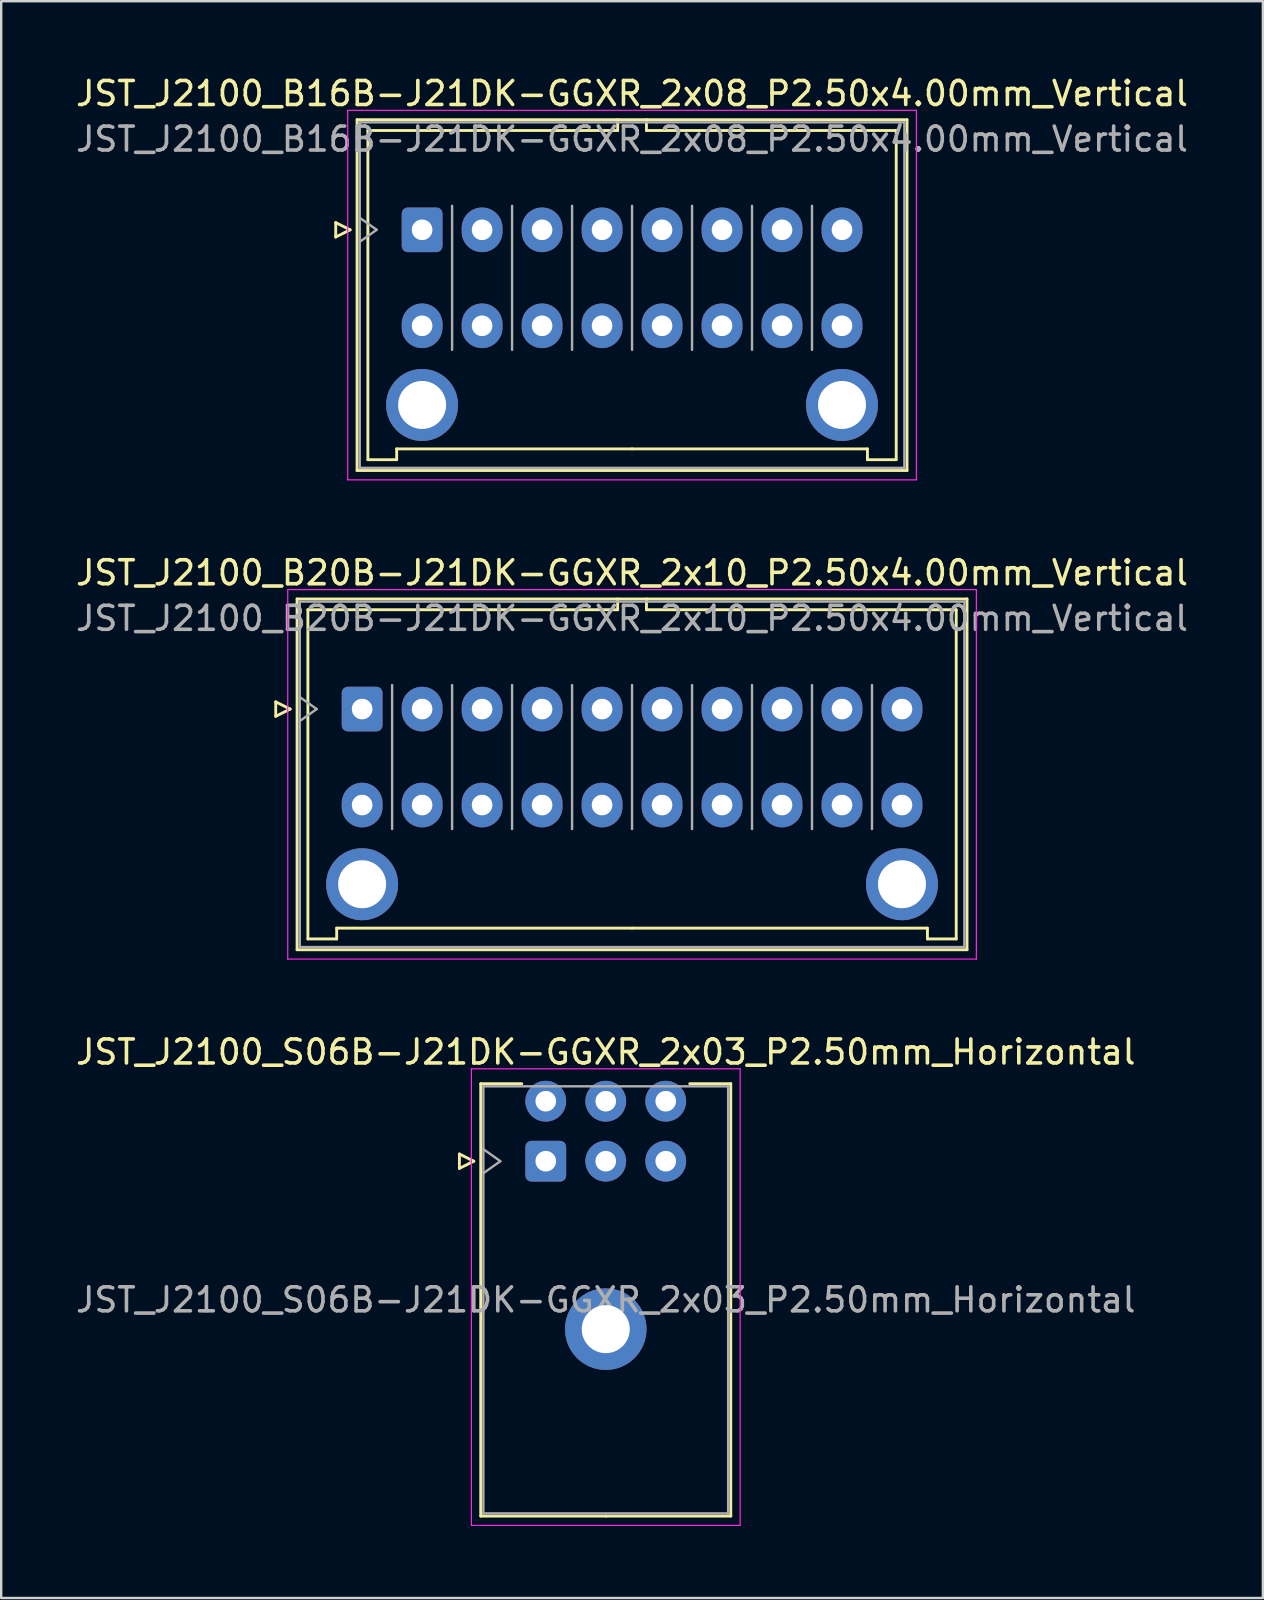
<source format=kicad_pcb>
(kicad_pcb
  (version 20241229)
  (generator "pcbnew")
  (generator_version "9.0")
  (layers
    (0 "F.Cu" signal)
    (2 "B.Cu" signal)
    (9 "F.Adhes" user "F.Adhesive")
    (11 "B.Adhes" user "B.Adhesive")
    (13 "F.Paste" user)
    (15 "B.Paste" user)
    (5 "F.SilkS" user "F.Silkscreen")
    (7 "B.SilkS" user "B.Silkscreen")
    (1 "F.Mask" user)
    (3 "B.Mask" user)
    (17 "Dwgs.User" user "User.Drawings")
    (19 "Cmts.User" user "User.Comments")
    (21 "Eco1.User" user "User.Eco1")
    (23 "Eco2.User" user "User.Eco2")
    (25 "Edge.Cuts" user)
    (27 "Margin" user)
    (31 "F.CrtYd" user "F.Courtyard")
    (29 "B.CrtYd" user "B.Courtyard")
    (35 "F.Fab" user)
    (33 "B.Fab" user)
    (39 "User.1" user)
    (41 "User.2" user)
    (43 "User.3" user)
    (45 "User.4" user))
  (footprint "JST_J2100_B20B-J21DK-GGXR_2x10_P2.50x4.00mm_Vertical"
    (layer "F.Cu")
    (at 12.042 26.502)
    (property "Reference" "JST_J2100_B20B-J21DK-GGXR_2x10_P2.50x4.00mm_Vertical" (at 11.25 -5.68 0) (layer "F.SilkS") (effects (font (size 1 1) (thickness 0.15))))
    (attr through_hole)
    (fp_line (start -3.6 -0.3) (end -3 0) (stroke (width 0.12) (type solid)) (layer "F.SilkS"))
    (fp_line (start -3.6 0.3) (end -3.6 -0.3) (stroke (width 0.12) (type solid)) (layer "F.SilkS"))
    (fp_line (start -3 0) (end -3.6 0.3) (stroke (width 0.12) (type solid)) (layer "F.SilkS"))
    (fp_line (start -2.71 -4.59) (end -2.71 10.03) (stroke (width 0.12) (type solid)) (layer "F.SilkS"))
    (fp_line (start -2.71 10.03) (end 25.21 10.03) (stroke (width 0.12) (type solid)) (layer "F.SilkS"))
    (fp_line (start -2.26 -4.14) (end -2.26 9.58) (stroke (width 0.12) (type solid)) (layer "F.SilkS"))
    (fp_line (start -2.26 9.58) (end -1.06 9.58) (stroke (width 0.12) (type solid)) (layer "F.SilkS"))
    (fp_line (start -1.06 9.13) (end 11.25 9.13) (stroke (width 0.12) (type solid)) (layer "F.SilkS"))
    (fp_line (start -1.06 9.58) (end -1.06 9.13) (stroke (width 0.12) (type solid)) (layer "F.SilkS"))
    (fp_line (start 10.65 -4.59) (end 10.65 -4.14) (stroke (width 0.12) (type solid)) (layer "F.SilkS"))
    (fp_line (start 10.65 -4.14) (end -2.26 -4.14) (stroke (width 0.12) (type solid)) (layer "F.SilkS"))
    (fp_line (start 11.85 -4.59) (end 11.85 -4.14) (stroke (width 0.12) (type solid)) (layer "F.SilkS"))
    (fp_line (start 11.85 -4.14) (end 24.76 -4.14) (stroke (width 0.12) (type solid)) (layer "F.SilkS"))
    (fp_line (start 23.56 9.13) (end 11.25 9.13) (stroke (width 0.12) (type solid)) (layer "F.SilkS"))
    (fp_line (start 23.56 9.58) (end 23.56 9.13) (stroke (width 0.12) (type solid)) (layer "F.SilkS"))
    (fp_line (start 24.76 -4.14) (end 24.76 9.58) (stroke (width 0.12) (type solid)) (layer "F.SilkS"))
    (fp_line (start 24.76 9.58) (end 23.56 9.58) (stroke (width 0.12) (type solid)) (layer "F.SilkS"))
    (fp_line (start 25.21 -4.59) (end -2.71 -4.59) (stroke (width 0.12) (type solid)) (layer "F.SilkS"))
    (fp_line (start 25.21 10.03) (end 25.21 -4.59) (stroke (width 0.12) (type solid)) (layer "F.SilkS"))
    (fp_line (start -3.1 -4.98) (end -3.1 10.42) (stroke (width 0.05) (type solid)) (layer "F.CrtYd"))
    (fp_line (start -3.1 10.42) (end 25.6 10.42) (stroke (width 0.05) (type solid)) (layer "F.CrtYd"))
    (fp_line (start 25.6 -4.98) (end -3.1 -4.98) (stroke (width 0.05) (type solid)) (layer "F.CrtYd"))
    (fp_line (start 25.6 10.42) (end 25.6 -4.98) (stroke (width 0.05) (type solid)) (layer "F.CrtYd"))
    (fp_line (start -2.6 -4.48) (end -2.6 9.92) (stroke (width 0.1) (type solid)) (layer "F.Fab"))
    (fp_line (start -2.6 0.5) (end -1.893 0) (stroke (width 0.1) (type solid)) (layer "F.Fab"))
    (fp_line (start -2.6 9.92) (end 25.1 9.92) (stroke (width 0.1) (type solid)) (layer "F.Fab"))
    (fp_line (start -1.893 0) (end -2.6 -0.5) (stroke (width 0.1) (type solid)) (layer "F.Fab"))
    (fp_line (start 1.25 5) (end 1.25 -1) (stroke (width 0.1) (type solid)) (layer "F.Fab"))
    (fp_line (start 3.75 5) (end 3.75 -1) (stroke (width 0.1) (type solid)) (layer "F.Fab"))
    (fp_line (start 6.25 5) (end 6.25 -1) (stroke (width 0.1) (type solid)) (layer "F.Fab"))
    (fp_line (start 8.75 5) (end 8.75 -1) (stroke (width 0.1) (type solid)) (layer "F.Fab"))
    (fp_line (start 11.25 5) (end 11.25 -1) (stroke (width 0.1) (type solid)) (layer "F.Fab"))
    (fp_line (start 13.75 5) (end 13.75 -1) (stroke (width 0.1) (type solid)) (layer "F.Fab"))
    (fp_line (start 16.25 5) (end 16.25 -1) (stroke (width 0.1) (type solid)) (layer "F.Fab"))
    (fp_line (start 18.75 5) (end 18.75 -1) (stroke (width 0.1) (type solid)) (layer "F.Fab"))
    (fp_line (start 21.25 5) (end 21.25 -1) (stroke (width 0.1) (type solid)) (layer "F.Fab"))
    (fp_line (start 25.1 -4.48) (end -2.6 -4.48) (stroke (width 0.1) (type solid)) (layer "F.Fab"))
    (fp_line (start 25.1 9.92) (end 25.1 -4.48) (stroke (width 0.1) (type solid)) (layer "F.Fab"))
    (fp_text user "${REFERENCE}" (at 11.25 -3.78 0) (layer "F.Fab") (effects (font (size 1 1) (thickness 0.15))))
    (pad "" thru_hole circle (at 0 7.3) (size 3 3) (drill 2) (layers "*.Cu" "*.Mask"))
    (pad "" thru_hole circle (at 22.5 7.3) (size 3 3) (drill 2) (layers "*.Cu" "*.Mask"))
    (pad "1" thru_hole roundrect (at 0 0) (size 1.7 1.86) (drill 0.86) (layers "*.Cu" "*.Mask") (roundrect_rratio 0.147))
    (pad "2" thru_hole oval (at 2.5 0) (size 1.7 1.86) (drill 0.86) (layers "*.Cu" "*.Mask"))
    (pad "3" thru_hole oval (at 5 0) (size 1.7 1.86) (drill 0.86) (layers "*.Cu" "*.Mask"))
    (pad "4" thru_hole oval (at 7.5 0) (size 1.7 1.86) (drill 0.86) (layers "*.Cu" "*.Mask"))
    (pad "5" thru_hole oval (at 10 0) (size 1.7 1.86) (drill 0.86) (layers "*.Cu" "*.Mask"))
    (pad "6" thru_hole oval (at 12.5 0) (size 1.7 1.86) (drill 0.86) (layers "*.Cu" "*.Mask"))
    (pad "7" thru_hole oval (at 15 0) (size 1.7 1.86) (drill 0.86) (layers "*.Cu" "*.Mask"))
    (pad "8" thru_hole oval (at 17.5 0) (size 1.7 1.86) (drill 0.86) (layers "*.Cu" "*.Mask"))
    (pad "9" thru_hole oval (at 20 0) (size 1.7 1.86) (drill 0.86) (layers "*.Cu" "*.Mask"))
    (pad "10" thru_hole oval (at 22.5 0) (size 1.7 1.86) (drill 0.86) (layers "*.Cu" "*.Mask"))
    (pad "11" thru_hole oval (at 0 4) (size 1.7 1.86) (drill 0.86) (layers "*.Cu" "*.Mask"))
    (pad "12" thru_hole oval (at 2.5 4) (size 1.7 1.86) (drill 0.86) (layers "*.Cu" "*.Mask"))
    (pad "13" thru_hole oval (at 5 4) (size 1.7 1.86) (drill 0.86) (layers "*.Cu" "*.Mask"))
    (pad "14" thru_hole oval (at 7.5 4) (size 1.7 1.86) (drill 0.86) (layers "*.Cu" "*.Mask"))
    (pad "15" thru_hole oval (at 10 4) (size 1.7 1.86) (drill 0.86) (layers "*.Cu" "*.Mask"))
    (pad "16" thru_hole oval (at 12.5 4) (size 1.7 1.86) (drill 0.86) (layers "*.Cu" "*.Mask"))
    (pad "17" thru_hole oval (at 15 4) (size 1.7 1.86) (drill 0.86) (layers "*.Cu" "*.Mask"))
    (pad "18" thru_hole oval (at 17.5 4) (size 1.7 1.86) (drill 0.86) (layers "*.Cu" "*.Mask"))
    (pad "19" thru_hole oval (at 20 4) (size 1.7 1.86) (drill 0.86) (layers "*.Cu" "*.Mask"))
    (pad "20" thru_hole oval (at 22.5 4) (size 1.7 1.86) (drill 0.86) (layers "*.Cu" "*.Mask")))
  (footprint "JST_J2100_S06B-J21DK-GGXR_2x03_P2.50mm_Horizontal"
    (layer "F.Cu")
    (at 19.696 45.345)
    (property "Reference" "JST_J2100_S06B-J21DK-GGXR_2x03_P2.50mm_Horizontal" (at 2.5 -4.55 0) (layer "F.SilkS") (effects (font (size 1 1) (thickness 0.15))))
    (attr through_hole)
    (fp_line (start -3.6 -0.3) (end -3 0) (stroke (width 0.12) (type solid)) (layer "F.SilkS"))
    (fp_line (start -3.6 0.3) (end -3.6 -0.3) (stroke (width 0.12) (type solid)) (layer "F.SilkS"))
    (fp_line (start -3 0) (end -3.6 0.3) (stroke (width 0.12) (type solid)) (layer "F.SilkS"))
    (fp_line (start -2.71 -3.23) (end -2.71 14.79) (stroke (width 0.12) (type solid)) (layer "F.SilkS"))
    (fp_line (start -2.71 14.79) (end 2.5 14.79) (stroke (width 0.12) (type solid)) (layer "F.SilkS"))
    (fp_line (start -1 -3.23) (end -2.71 -3.23) (stroke (width 0.12) (type solid)) (layer "F.SilkS"))
    (fp_line (start 6 -3.23) (end 7.71 -3.23) (stroke (width 0.12) (type solid)) (layer "F.SilkS"))
    (fp_line (start 7.71 -3.23) (end 7.71 14.79) (stroke (width 0.12) (type solid)) (layer "F.SilkS"))
    (fp_line (start 7.71 14.79) (end 2.5 14.79) (stroke (width 0.12) (type solid)) (layer "F.SilkS"))
    (fp_line (start -3.1 -3.85) (end -3.1 15.18) (stroke (width 0.05) (type solid)) (layer "F.CrtYd"))
    (fp_line (start -3.1 15.18) (end 8.1 15.18) (stroke (width 0.05) (type solid)) (layer "F.CrtYd"))
    (fp_line (start 8.1 -3.85) (end -3.1 -3.85) (stroke (width 0.05) (type solid)) (layer "F.CrtYd"))
    (fp_line (start 8.1 15.18) (end 8.1 -3.85) (stroke (width 0.05) (type solid)) (layer "F.CrtYd"))
    (fp_line (start -2.6 -3.12) (end -2.6 14.68) (stroke (width 0.1) (type solid)) (layer "F.Fab"))
    (fp_line (start -2.6 0.5) (end -1.893 0) (stroke (width 0.1) (type solid)) (layer "F.Fab"))
    (fp_line (start -2.6 14.68) (end 7.6 14.68) (stroke (width 0.1) (type solid)) (layer "F.Fab"))
    (fp_line (start -1.893 0) (end -2.6 -0.5) (stroke (width 0.1) (type solid)) (layer "F.Fab"))
    (fp_line (start 7.6 -3.12) (end -2.6 -3.12) (stroke (width 0.1) (type solid)) (layer "F.Fab"))
    (fp_line (start 7.6 14.68) (end 7.6 -3.12) (stroke (width 0.1) (type solid)) (layer "F.Fab"))
    (fp_text user "${REFERENCE}" (at 2.5 5.78 0) (layer "F.Fab") (effects (font (size 1 1) (thickness 0.15))))
    (pad "" thru_hole circle (at 2.5 7) (size 3.4 3.4) (drill 2) (layers "*.Cu" "*.Mask"))
    (pad "1" thru_hole roundrect (at 0 0) (size 1.7 1.7) (drill 0.86) (layers "*.Cu" "*.Mask") (roundrect_rratio 0.147))
    (pad "2" thru_hole circle (at 2.5 0) (size 1.7 1.7) (drill 0.86) (layers "*.Cu" "*.Mask"))
    (pad "3" thru_hole circle (at 5 0) (size 1.7 1.7) (drill 0.86) (layers "*.Cu" "*.Mask"))
    (pad "4" thru_hole circle (at 0 -2.5) (size 1.7 1.7) (drill 0.86) (layers "*.Cu" "*.Mask"))
    (pad "5" thru_hole circle (at 2.5 -2.5) (size 1.7 1.7) (drill 0.86) (layers "*.Cu" "*.Mask"))
    (pad "6" thru_hole circle (at 5 -2.5) (size 1.7 1.7) (drill 0.86) (layers "*.Cu" "*.Mask")))
  (footprint "JST_J2100_B16B-J21DK-GGXR_2x08_P2.50x4.00mm_Vertical"
    (layer "F.Cu")
    (at 14.542 6.528)
    (property "Reference" "JST_J2100_B16B-J21DK-GGXR_2x08_P2.50x4.00mm_Vertical" (at 8.75 -5.68 0) (layer "F.SilkS") (effects (font (size 1 1) (thickness 0.15))))
    (attr through_hole)
    (fp_line (start -3.6 -0.3) (end -3 0) (stroke (width 0.12) (type solid)) (layer "F.SilkS"))
    (fp_line (start -3.6 0.3) (end -3.6 -0.3) (stroke (width 0.12) (type solid)) (layer "F.SilkS"))
    (fp_line (start -3 0) (end -3.6 0.3) (stroke (width 0.12) (type solid)) (layer "F.SilkS"))
    (fp_line (start -2.71 -4.59) (end -2.71 10.03) (stroke (width 0.12) (type solid)) (layer "F.SilkS"))
    (fp_line (start -2.71 10.03) (end 20.21 10.03) (stroke (width 0.12) (type solid)) (layer "F.SilkS"))
    (fp_line (start -2.26 -4.14) (end -2.26 9.58) (stroke (width 0.12) (type solid)) (layer "F.SilkS"))
    (fp_line (start -2.26 9.58) (end -1.06 9.58) (stroke (width 0.12) (type solid)) (layer "F.SilkS"))
    (fp_line (start -1.06 9.13) (end 8.75 9.13) (stroke (width 0.12) (type solid)) (layer "F.SilkS"))
    (fp_line (start -1.06 9.58) (end -1.06 9.13) (stroke (width 0.12) (type solid)) (layer "F.SilkS"))
    (fp_line (start 8.15 -4.59) (end 8.15 -4.14) (stroke (width 0.12) (type solid)) (layer "F.SilkS"))
    (fp_line (start 8.15 -4.14) (end -2.26 -4.14) (stroke (width 0.12) (type solid)) (layer "F.SilkS"))
    (fp_line (start 9.35 -4.59) (end 9.35 -4.14) (stroke (width 0.12) (type solid)) (layer "F.SilkS"))
    (fp_line (start 9.35 -4.14) (end 19.76 -4.14) (stroke (width 0.12) (type solid)) (layer "F.SilkS"))
    (fp_line (start 18.56 9.13) (end 8.75 9.13) (stroke (width 0.12) (type solid)) (layer "F.SilkS"))
    (fp_line (start 18.56 9.58) (end 18.56 9.13) (stroke (width 0.12) (type solid)) (layer "F.SilkS"))
    (fp_line (start 19.76 -4.14) (end 19.76 9.58) (stroke (width 0.12) (type solid)) (layer "F.SilkS"))
    (fp_line (start 19.76 9.58) (end 18.56 9.58) (stroke (width 0.12) (type solid)) (layer "F.SilkS"))
    (fp_line (start 20.21 -4.59) (end -2.71 -4.59) (stroke (width 0.12) (type solid)) (layer "F.SilkS"))
    (fp_line (start 20.21 10.03) (end 20.21 -4.59) (stroke (width 0.12) (type solid)) (layer "F.SilkS"))
    (fp_line (start -3.1 -4.98) (end -3.1 10.42) (stroke (width 0.05) (type solid)) (layer "F.CrtYd"))
    (fp_line (start -3.1 10.42) (end 20.6 10.42) (stroke (width 0.05) (type solid)) (layer "F.CrtYd"))
    (fp_line (start 20.6 -4.98) (end -3.1 -4.98) (stroke (width 0.05) (type solid)) (layer "F.CrtYd"))
    (fp_line (start 20.6 10.42) (end 20.6 -4.98) (stroke (width 0.05) (type solid)) (layer "F.CrtYd"))
    (fp_line (start -2.6 -4.48) (end -2.6 9.92) (stroke (width 0.1) (type solid)) (layer "F.Fab"))
    (fp_line (start -2.6 0.5) (end -1.893 0) (stroke (width 0.1) (type solid)) (layer "F.Fab"))
    (fp_line (start -2.6 9.92) (end 20.1 9.92) (stroke (width 0.1) (type solid)) (layer "F.Fab"))
    (fp_line (start -1.893 0) (end -2.6 -0.5) (stroke (width 0.1) (type solid)) (layer "F.Fab"))
    (fp_line (start 1.25 5) (end 1.25 -1) (stroke (width 0.1) (type solid)) (layer "F.Fab"))
    (fp_line (start 3.75 5) (end 3.75 -1) (stroke (width 0.1) (type solid)) (layer "F.Fab"))
    (fp_line (start 6.25 5) (end 6.25 -1) (stroke (width 0.1) (type solid)) (layer "F.Fab"))
    (fp_line (start 8.75 5) (end 8.75 -1) (stroke (width 0.1) (type solid)) (layer "F.Fab"))
    (fp_line (start 11.25 5) (end 11.25 -1) (stroke (width 0.1) (type solid)) (layer "F.Fab"))
    (fp_line (start 13.75 5) (end 13.75 -1) (stroke (width 0.1) (type solid)) (layer "F.Fab"))
    (fp_line (start 16.25 5) (end 16.25 -1) (stroke (width 0.1) (type solid)) (layer "F.Fab"))
    (fp_line (start 20.1 -4.48) (end -2.6 -4.48) (stroke (width 0.1) (type solid)) (layer "F.Fab"))
    (fp_line (start 20.1 9.92) (end 20.1 -4.48) (stroke (width 0.1) (type solid)) (layer "F.Fab"))
    (fp_text user "${REFERENCE}" (at 8.75 -3.78 0) (layer "F.Fab") (effects (font (size 1 1) (thickness 0.15))))
    (pad "" thru_hole circle (at 0 7.3) (size 3 3) (drill 2) (layers "*.Cu" "*.Mask"))
    (pad "" thru_hole circle (at 17.5 7.3) (size 3 3) (drill 2) (layers "*.Cu" "*.Mask"))
    (pad "1" thru_hole roundrect (at 0 0) (size 1.7 1.86) (drill 0.86) (layers "*.Cu" "*.Mask") (roundrect_rratio 0.147))
    (pad "2" thru_hole oval (at 2.5 0) (size 1.7 1.86) (drill 0.86) (layers "*.Cu" "*.Mask"))
    (pad "3" thru_hole oval (at 5 0) (size 1.7 1.86) (drill 0.86) (layers "*.Cu" "*.Mask"))
    (pad "4" thru_hole oval (at 7.5 0) (size 1.7 1.86) (drill 0.86) (layers "*.Cu" "*.Mask"))
    (pad "5" thru_hole oval (at 10 0) (size 1.7 1.86) (drill 0.86) (layers "*.Cu" "*.Mask"))
    (pad "6" thru_hole oval (at 12.5 0) (size 1.7 1.86) (drill 0.86) (layers "*.Cu" "*.Mask"))
    (pad "7" thru_hole oval (at 15 0) (size 1.7 1.86) (drill 0.86) (layers "*.Cu" "*.Mask"))
    (pad "8" thru_hole oval (at 17.5 0) (size 1.7 1.86) (drill 0.86) (layers "*.Cu" "*.Mask"))
    (pad "9" thru_hole oval (at 0 4) (size 1.7 1.86) (drill 0.86) (layers "*.Cu" "*.Mask"))
    (pad "10" thru_hole oval (at 2.5 4) (size 1.7 1.86) (drill 0.86) (layers "*.Cu" "*.Mask"))
    (pad "11" thru_hole oval (at 5 4) (size 1.7 1.86) (drill 0.86) (layers "*.Cu" "*.Mask"))
    (pad "12" thru_hole oval (at 7.5 4) (size 1.7 1.86) (drill 0.86) (layers "*.Cu" "*.Mask"))
    (pad "13" thru_hole oval (at 10 4) (size 1.7 1.86) (drill 0.86) (layers "*.Cu" "*.Mask"))
    (pad "14" thru_hole oval (at 12.5 4) (size 1.7 1.86) (drill 0.86) (layers "*.Cu" "*.Mask"))
    (pad "15" thru_hole oval (at 15 4) (size 1.7 1.86) (drill 0.86) (layers "*.Cu" "*.Mask"))
    (pad "16" thru_hole oval (at 17.5 4) (size 1.7 1.86) (drill 0.86) (layers "*.Cu" "*.Mask")))
  (gr_rect
    (start -3 -3)
    (end 49.583 63.55)
    (stroke (width 0.1) (type default))
    (fill no)
    (layer "Edge.Cuts")))
</source>
